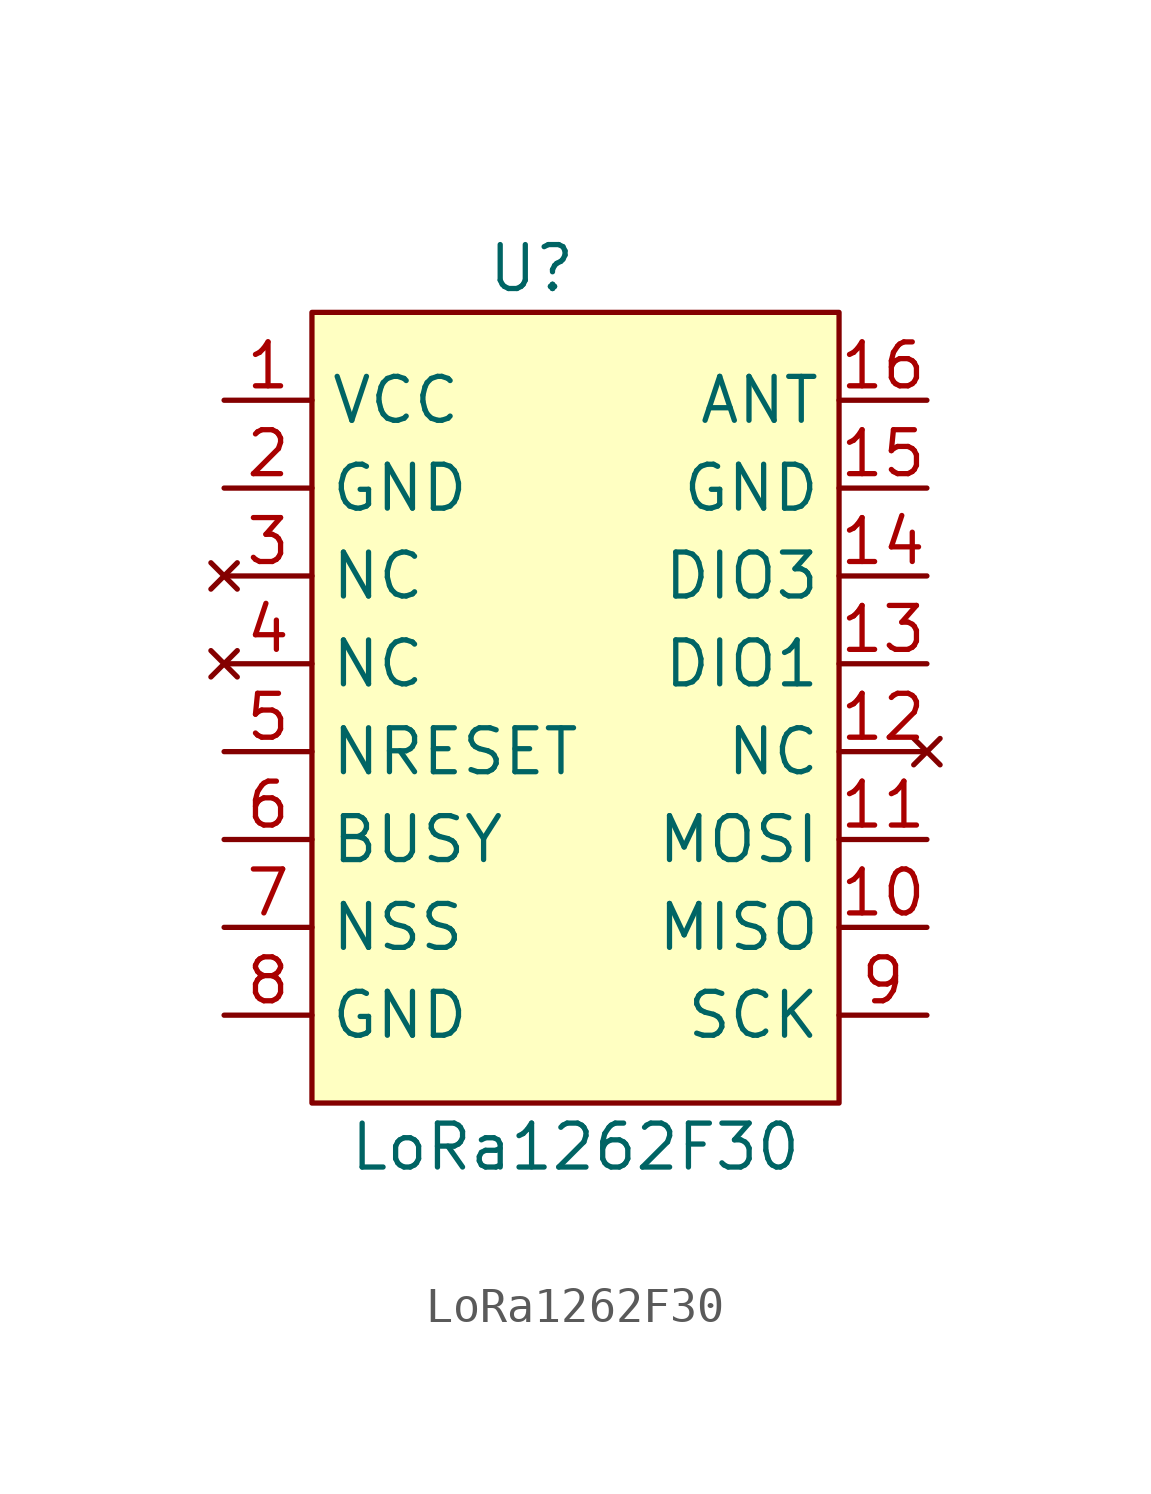
<source format=kicad_sym>
(kicad_symbol_lib
  (version 20220914)
  (generator kicad_symbol_editor)
  (symbol "LoRa1262F30"
    (property "Reference" "U"
      (at -1.27 12.7 0)
      (effects (font (size 1.27 1.27))))
    (property "Value" "LoRa1262F30"
      (at 0 -12.7 0)
      (effects (font (size 1.27 1.27))))
    (symbol "LoRa1262F30_1_1"
      (rectangle (start -7.62 11.43) (end 7.62 -11.43) (stroke (width 0) (type default)) (fill (type background)))
      (pin power_in line (at -10.16 8.89 0) (length 2.54) (name "VCC" (effects (font (size 1.27 1.27)))) (number "1" (effects (font (size 1.27 1.27)))))
      (pin output line (at 10.16 -6.35 180) (length 2.54) (name "MISO" (effects (font (size 1.27 1.27)))) (number "10" (effects (font (size 1.27 1.27)))))
      (pin input line (at 10.16 -3.81 180) (length 2.54) (name "MOSI" (effects (font (size 1.27 1.27)))) (number "11" (effects (font (size 1.27 1.27)))))
      (pin no_connect line (at 10.16 -1.27 180) (length 2.54) (name "NC" (effects (font (size 1.27 1.27)))) (number "12" (effects (font (size 1.27 1.27)))))
      (pin bidirectional line (at 10.16 1.27 180) (length 2.54) (name "DIO1" (effects (font (size 1.27 1.27)))) (number "13" (effects (font (size 1.27 1.27)))))
      (pin bidirectional line (at 10.16 3.81 180) (length 2.54) (name "DIO3" (effects (font (size 1.27 1.27)))) (number "14" (effects (font (size 1.27 1.27)))))
      (pin power_in line (at 10.16 6.35 180) (length 2.54) (name "GND" (effects (font (size 1.27 1.27)))) (number "15" (effects (font (size 1.27 1.27)))))
      (pin output line (at 10.16 8.89 180) (length 2.54) (name "ANT" (effects (font (size 1.27 1.27)))) (number "16" (effects (font (size 1.27 1.27)))))
      (pin power_in line (at -10.16 6.35 0) (length 2.54) (name "GND" (effects (font (size 1.27 1.27)))) (number "2" (effects (font (size 1.27 1.27)))))
      (pin no_connect line (at -10.16 3.81 0) (length 2.54) (name "NC" (effects (font (size 1.27 1.27)))) (number "3" (effects (font (size 1.27 1.27)))))
      (pin no_connect line (at -10.16 1.27 0) (length 2.54) (name "NC" (effects (font (size 1.27 1.27)))) (number "4" (effects (font (size 1.27 1.27)))))
      (pin input line (at -10.16 -1.27 0) (length 2.54) (name "NRESET" (effects (font (size 1.27 1.27)))) (number "5" (effects (font (size 1.27 1.27)))))
      (pin output line (at -10.16 -3.81 0) (length 2.54) (name "BUSY" (effects (font (size 1.27 1.27)))) (number "6" (effects (font (size 1.27 1.27)))))
      (pin input line (at -10.16 -6.35 0) (length 2.54) (name "NSS" (effects (font (size 1.27 1.27)))) (number "7" (effects (font (size 1.27 1.27)))))
      (pin power_in line (at -10.16 -8.89 0) (length 2.54) (name "GND" (effects (font (size 1.27 1.27)))) (number "8" (effects (font (size 1.27 1.27)))))
      (pin input line (at 10.16 -8.89 180) (length 2.54) (name "SCK" (effects (font (size 1.27 1.27)))) (number "9" (effects (font (size 1.27 1.27))))))))
</source>
